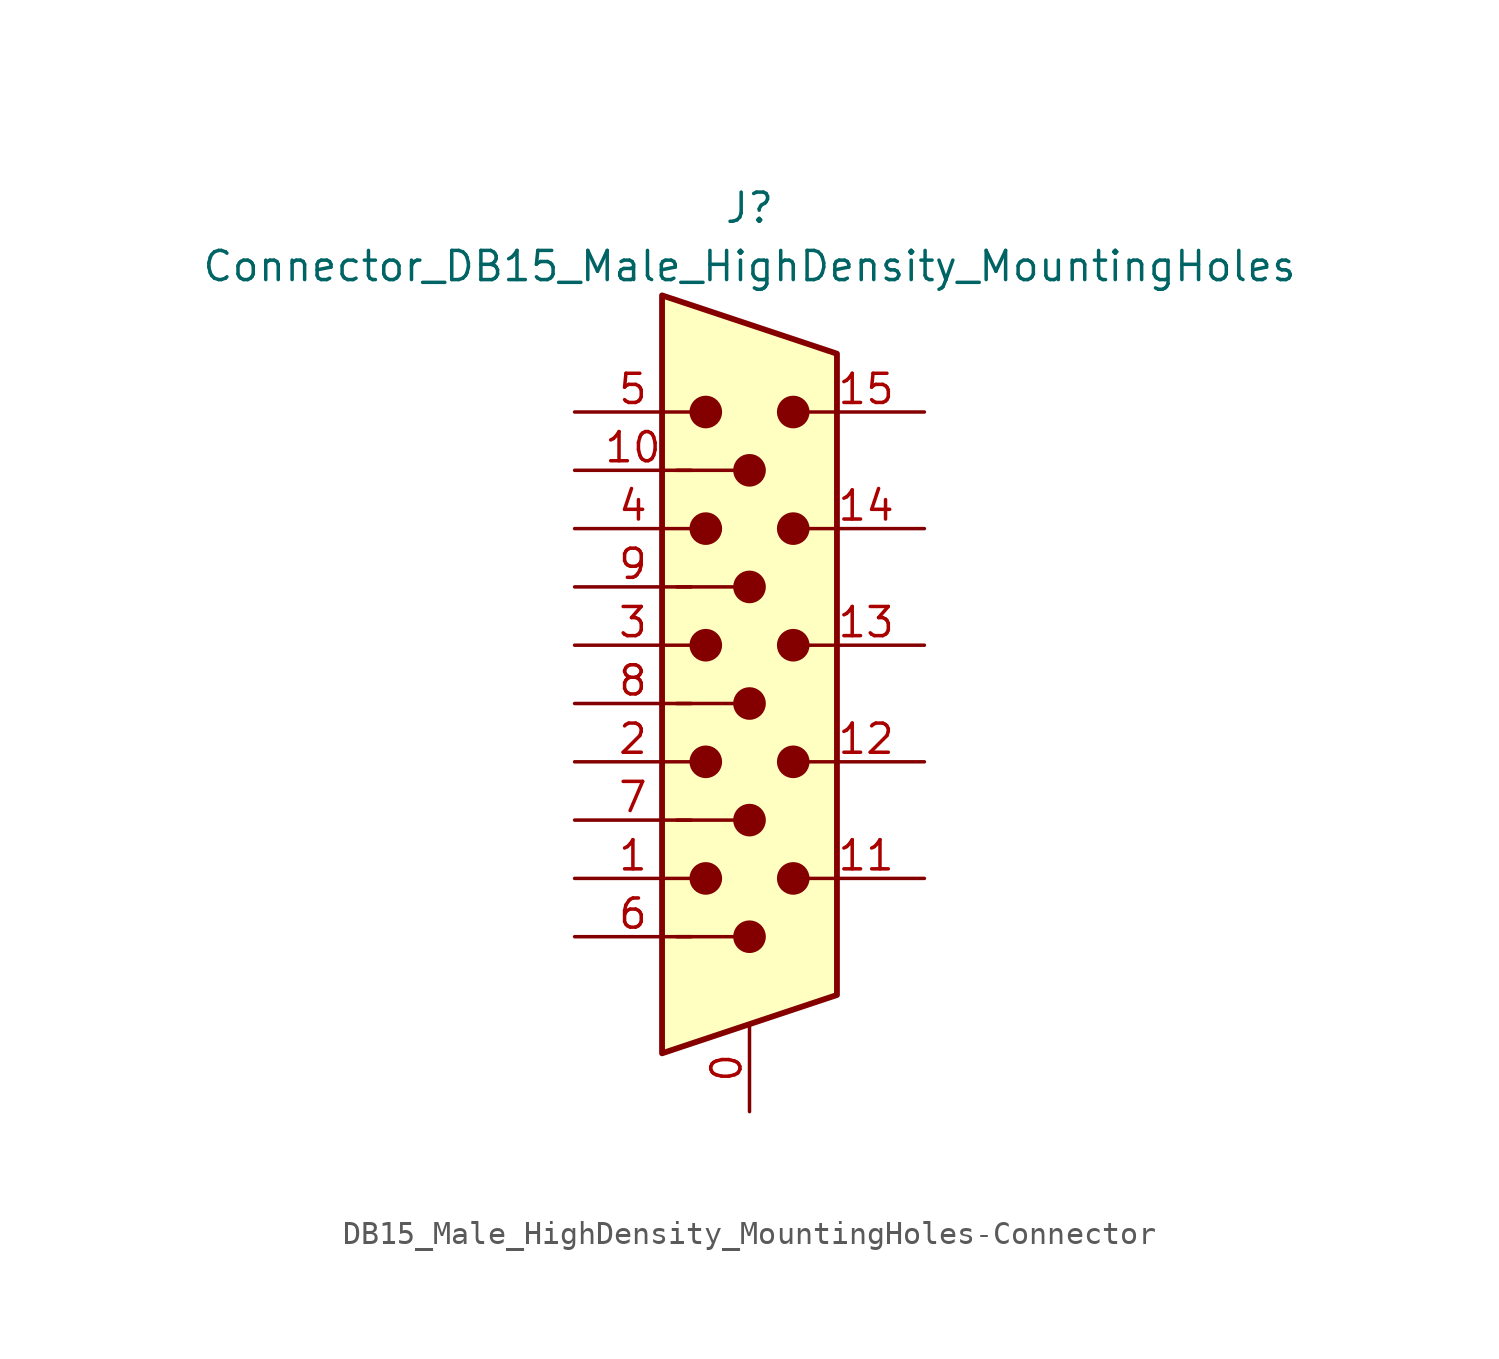
<source format=kicad_sym>
(kicad_symbol_lib
  (version 20240819)
  (generator "kicad_symbol_editor")
  (generator_version "8.99")
  (symbol "DB15_Male_HighDensity_MountingHoles-Connector"
    (pin_names
      (offset 1.016)
      (hide yes))
    (property "Reference" "J"
      (at 0 21.59 0)
      (effects (font (size 1.27 1.27))))
    (property "Value" "Connector_DB15_Male_HighDensity_MountingHoles"
      (at 0 19.05 0)
      (effects (font (size 1.27 1.27))))
    (symbol "DB15_Male_HighDensity_MountingHoles-Connector_0_1"
      (polyline (pts (xy -3.81 17.78) (xy -3.81 -15.24) (xy 3.81 -12.7) (xy 3.81 15.24) (xy -3.81 17.78)) (stroke (width 0.254) (type solid)) (fill (type background)))
      (polyline (pts (xy -3.175 -5.08) (xy -0.635 -5.08)) (stroke (width 0) (type solid)) (fill (type none)))
      (circle (center -1.905 12.7) (radius 0.635) (stroke (width 0) (type solid)) (fill (type outline)))
      (circle (center -1.905 7.62) (radius 0.635) (stroke (width 0) (type solid)) (fill (type outline)))
      (circle (center -1.905 2.54) (radius 0.635) (stroke (width 0) (type solid)) (fill (type outline)))
      (circle (center -1.905 -2.54) (radius 0.635) (stroke (width 0) (type solid)) (fill (type outline)))
      (circle (center -1.905 -7.62) (radius 0.635) (stroke (width 0) (type solid)) (fill (type outline)))
      (polyline (pts (xy -0.635 10.16) (xy -3.175 10.16)) (stroke (width 0) (type solid)) (fill (type none)))
      (polyline (pts (xy -0.635 5.08) (xy -3.175 5.08)) (stroke (width 0) (type solid)) (fill (type none)))
      (polyline (pts (xy -0.635 0) (xy -3.175 0)) (stroke (width 0) (type solid)) (fill (type none)))
      (polyline (pts (xy -0.635 -10.16) (xy -3.175 -10.16)) (stroke (width 0) (type solid)) (fill (type none)))
      (circle (center 0 10.16) (radius 0.635) (stroke (width 0) (type solid)) (fill (type outline)))
      (circle (center 0 5.08) (radius 0.635) (stroke (width 0) (type solid)) (fill (type outline)))
      (circle (center 0 0) (radius 0.635) (stroke (width 0) (type solid)) (fill (type outline)))
      (circle (center 0 -5.08) (radius 0.635) (stroke (width 0) (type solid)) (fill (type outline)))
      (circle (center 0 -10.16) (radius 0.635) (stroke (width 0) (type solid)) (fill (type outline)))
      (circle (center 1.905 12.7) (radius 0.635) (stroke (width 0) (type solid)) (fill (type outline)))
      (circle (center 1.905 7.62) (radius 0.635) (stroke (width 0) (type solid)) (fill (type outline)))
      (circle (center 1.905 2.54) (radius 0.635) (stroke (width 0) (type solid)) (fill (type outline)))
      (circle (center 1.905 -2.54) (radius 0.635) (stroke (width 0) (type solid)) (fill (type outline)))
      (circle (center 1.905 -7.62) (radius 0.635) (stroke (width 0) (type solid)) (fill (type outline))))
    (symbol "DB15_Male_HighDensity_MountingHoles-Connector_1_1"
      (pin passive line (at -7.62 12.7 0) (length 5.08) (name "~" (effects (font (size 1.27 1.27)))) (number "5" (effects (font (size 1.27 1.27)))))
      (pin passive line (at -7.62 10.16 0) (length 5.08) (name "~" (effects (font (size 1.27 1.27)))) (number "10" (effects (font (size 1.27 1.27)))))
      (pin passive line (at -7.62 7.62 0) (length 5.08) (name "~" (effects (font (size 1.27 1.27)))) (number "4" (effects (font (size 1.27 1.27)))))
      (pin passive line (at -7.62 5.08 0) (length 5.08) (name "~" (effects (font (size 1.27 1.27)))) (number "9" (effects (font (size 1.27 1.27)))))
      (pin passive line (at -7.62 2.54 0) (length 5.08) (name "~" (effects (font (size 1.27 1.27)))) (number "3" (effects (font (size 1.27 1.27)))))
      (pin passive line (at -7.62 0 0) (length 5.08) (name "~" (effects (font (size 1.27 1.27)))) (number "8" (effects (font (size 1.27 1.27)))))
      (pin passive line (at -7.62 -2.54 0) (length 5.08) (name "~" (effects (font (size 1.27 1.27)))) (number "2" (effects (font (size 1.27 1.27)))))
      (pin passive line (at -7.62 -5.08 0) (length 5.08) (name "~" (effects (font (size 1.27 1.27)))) (number "7" (effects (font (size 1.27 1.27)))))
      (pin passive line (at -7.62 -7.62 0) (length 5.08) (name "~" (effects (font (size 1.27 1.27)))) (number "1" (effects (font (size 1.27 1.27)))))
      (pin passive line (at -7.62 -10.16 0) (length 5.08) (name "~" (effects (font (size 1.27 1.27)))) (number "6" (effects (font (size 1.27 1.27)))))
      (pin passive line (at 0 -17.78 90) (length 3.81) (name "~" (effects (font (size 1.27 1.27)))) (number "0" (effects (font (size 1.27 1.27)))))
      (pin passive line (at 7.62 12.7 180) (length 5.08) (name "~" (effects (font (size 1.27 1.27)))) (number "15" (effects (font (size 1.27 1.27)))))
      (pin passive line (at 7.62 7.62 180) (length 5.08) (name "~" (effects (font (size 1.27 1.27)))) (number "14" (effects (font (size 1.27 1.27)))))
      (pin passive line (at 7.62 2.54 180) (length 5.08) (name "~" (effects (font (size 1.27 1.27)))) (number "13" (effects (font (size 1.27 1.27)))))
      (pin passive line (at 7.62 -2.54 180) (length 5.08) (name "~" (effects (font (size 1.27 1.27)))) (number "12" (effects (font (size 1.27 1.27)))))
      (pin passive line (at 7.62 -7.62 180) (length 5.08) (name "~" (effects (font (size 1.27 1.27)))) (number "11" (effects (font (size 1.27 1.27))))))))
</source>
